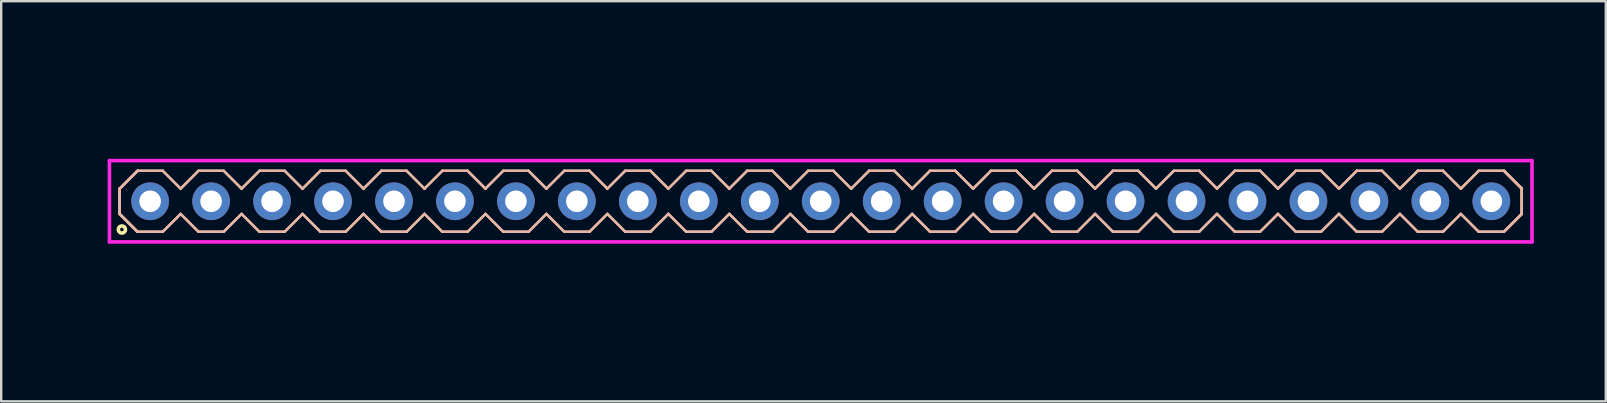
<source format=kicad_pcb>
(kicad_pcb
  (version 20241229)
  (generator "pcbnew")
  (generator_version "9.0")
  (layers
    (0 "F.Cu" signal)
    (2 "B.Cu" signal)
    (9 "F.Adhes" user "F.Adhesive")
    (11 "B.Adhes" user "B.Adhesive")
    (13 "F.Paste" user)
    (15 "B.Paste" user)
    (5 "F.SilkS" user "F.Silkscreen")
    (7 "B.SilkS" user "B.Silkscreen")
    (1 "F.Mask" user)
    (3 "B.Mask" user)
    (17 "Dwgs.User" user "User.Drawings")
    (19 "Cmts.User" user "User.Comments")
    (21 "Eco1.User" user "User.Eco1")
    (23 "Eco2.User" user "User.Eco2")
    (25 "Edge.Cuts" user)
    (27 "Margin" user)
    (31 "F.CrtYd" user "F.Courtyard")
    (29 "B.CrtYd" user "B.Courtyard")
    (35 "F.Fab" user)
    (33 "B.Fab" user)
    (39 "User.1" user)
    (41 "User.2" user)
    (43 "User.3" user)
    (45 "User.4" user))
  (footprint "HDR254P23x1"
    (layer "F.Cu")
    (at 31.145 5.336)
    (property "Reference" "HDR254P23x1" (at -30.385 0 90) (layer "User.1") (effects (font (size 1 1) (thickness 0.1))))
    (attr through_hole)
    (fp_line (start -29.21 -0.526) (end -28.466 -1.27) (stroke (width 0.1) (type solid)) (layer "F.SilkS"))
    (fp_line (start -29.21 -0.526) (end -28.466 -1.27) (stroke (width 0.1) (type solid)) (layer "F.SilkS"))
    (fp_line (start -29.21 0.526) (end -29.21 -0.526) (stroke (width 0.1) (type solid)) (layer "F.SilkS"))
    (fp_line (start -29.21 0.526) (end -29.21 -0.526) (stroke (width 0.1) (type solid)) (layer "F.SilkS"))
    (fp_line (start -28.466 -1.27) (end -27.414 -1.27) (stroke (width 0.1) (type solid)) (layer "F.SilkS"))
    (fp_line (start -28.466 1.27) (end -29.21 0.526) (stroke (width 0.1) (type solid)) (layer "F.SilkS"))
    (fp_line (start -28.466 1.27) (end -29.21 0.526) (stroke (width 0.1) (type solid)) (layer "F.SilkS"))
    (fp_line (start -27.414 -1.27) (end -26.67 -0.526) (stroke (width 0.1) (type solid)) (layer "F.SilkS"))
    (fp_line (start -27.414 1.27) (end -28.466 1.27) (stroke (width 0.1) (type solid)) (layer "F.SilkS"))
    (fp_line (start -26.67 -0.526) (end -25.926 -1.27) (stroke (width 0.1) (type solid)) (layer "F.SilkS"))
    (fp_line (start -26.67 0.526) (end -27.414 1.27) (stroke (width 0.1) (type solid)) (layer "F.SilkS"))
    (fp_line (start -25.926 -1.27) (end -24.874 -1.27) (stroke (width 0.1) (type solid)) (layer "F.SilkS"))
    (fp_line (start -25.926 1.27) (end -26.67 0.526) (stroke (width 0.1) (type solid)) (layer "F.SilkS"))
    (fp_line (start -24.874 -1.27) (end -24.13 -0.526) (stroke (width 0.1) (type solid)) (layer "F.SilkS"))
    (fp_line (start -24.874 1.27) (end -25.926 1.27) (stroke (width 0.1) (type solid)) (layer "F.SilkS"))
    (fp_line (start -24.13 -0.526) (end -23.386 -1.27) (stroke (width 0.1) (type solid)) (layer "F.SilkS"))
    (fp_line (start -24.13 0.526) (end -24.874 1.27) (stroke (width 0.1) (type solid)) (layer "F.SilkS"))
    (fp_line (start -23.386 -1.27) (end -22.334 -1.27) (stroke (width 0.1) (type solid)) (layer "F.SilkS"))
    (fp_line (start -23.386 1.27) (end -24.13 0.526) (stroke (width 0.1) (type solid)) (layer "F.SilkS"))
    (fp_line (start -22.334 -1.27) (end -21.59 -0.526) (stroke (width 0.1) (type solid)) (layer "F.SilkS"))
    (fp_line (start -22.334 1.27) (end -23.386 1.27) (stroke (width 0.1) (type solid)) (layer "F.SilkS"))
    (fp_line (start -21.59 -0.526) (end -20.846 -1.27) (stroke (width 0.1) (type solid)) (layer "F.SilkS"))
    (fp_line (start -21.59 0.526) (end -22.334 1.27) (stroke (width 0.1) (type solid)) (layer "F.SilkS"))
    (fp_line (start -20.846 -1.27) (end -19.794 -1.27) (stroke (width 0.1) (type solid)) (layer "F.SilkS"))
    (fp_line (start -20.846 1.27) (end -21.59 0.526) (stroke (width 0.1) (type solid)) (layer "F.SilkS"))
    (fp_line (start -19.794 -1.27) (end -19.05 -0.526) (stroke (width 0.1) (type solid)) (layer "F.SilkS"))
    (fp_line (start -19.794 1.27) (end -20.846 1.27) (stroke (width 0.1) (type solid)) (layer "F.SilkS"))
    (fp_line (start -19.05 -0.526) (end -18.306 -1.27) (stroke (width 0.1) (type solid)) (layer "F.SilkS"))
    (fp_line (start -19.05 0.526) (end -19.794 1.27) (stroke (width 0.1) (type solid)) (layer "F.SilkS"))
    (fp_line (start -18.306 -1.27) (end -17.254 -1.27) (stroke (width 0.1) (type solid)) (layer "F.SilkS"))
    (fp_line (start -18.306 1.27) (end -19.05 0.526) (stroke (width 0.1) (type solid)) (layer "F.SilkS"))
    (fp_line (start -17.254 -1.27) (end -16.51 -0.526) (stroke (width 0.1) (type solid)) (layer "F.SilkS"))
    (fp_line (start -17.254 1.27) (end -18.306 1.27) (stroke (width 0.1) (type solid)) (layer "F.SilkS"))
    (fp_line (start -16.51 -0.526) (end -15.766 -1.27) (stroke (width 0.1) (type solid)) (layer "F.SilkS"))
    (fp_line (start -16.51 0.526) (end -17.254 1.27) (stroke (width 0.1) (type solid)) (layer "F.SilkS"))
    (fp_line (start -15.766 -1.27) (end -14.714 -1.27) (stroke (width 0.1) (type solid)) (layer "F.SilkS"))
    (fp_line (start -15.766 1.27) (end -16.51 0.526) (stroke (width 0.1) (type solid)) (layer "F.SilkS"))
    (fp_line (start -14.714 -1.27) (end -13.97 -0.526) (stroke (width 0.1) (type solid)) (layer "F.SilkS"))
    (fp_line (start -14.714 1.27) (end -15.766 1.27) (stroke (width 0.1) (type solid)) (layer "F.SilkS"))
    (fp_line (start -13.97 -0.526) (end -13.226 -1.27) (stroke (width 0.1) (type solid)) (layer "F.SilkS"))
    (fp_line (start -13.97 0.526) (end -14.714 1.27) (stroke (width 0.1) (type solid)) (layer "F.SilkS"))
    (fp_line (start -13.226 -1.27) (end -12.174 -1.27) (stroke (width 0.1) (type solid)) (layer "F.SilkS"))
    (fp_line (start -13.226 1.27) (end -13.97 0.526) (stroke (width 0.1) (type solid)) (layer "F.SilkS"))
    (fp_line (start -12.174 -1.27) (end -11.43 -0.526) (stroke (width 0.1) (type solid)) (layer "F.SilkS"))
    (fp_line (start -12.174 1.27) (end -13.226 1.27) (stroke (width 0.1) (type solid)) (layer "F.SilkS"))
    (fp_line (start -11.43 -0.526) (end -10.686 -1.27) (stroke (width 0.1) (type solid)) (layer "F.SilkS"))
    (fp_line (start -11.43 0.526) (end -12.174 1.27) (stroke (width 0.1) (type solid)) (layer "F.SilkS"))
    (fp_line (start -10.686 -1.27) (end -9.634 -1.27) (stroke (width 0.1) (type solid)) (layer "F.SilkS"))
    (fp_line (start -10.686 1.27) (end -11.43 0.526) (stroke (width 0.1) (type solid)) (layer "F.SilkS"))
    (fp_line (start -9.634 -1.27) (end -8.89 -0.526) (stroke (width 0.1) (type solid)) (layer "F.SilkS"))
    (fp_line (start -9.634 1.27) (end -10.686 1.27) (stroke (width 0.1) (type solid)) (layer "F.SilkS"))
    (fp_line (start -8.89 -0.526) (end -8.146 -1.27) (stroke (width 0.1) (type solid)) (layer "F.SilkS"))
    (fp_line (start -8.89 0.526) (end -9.634 1.27) (stroke (width 0.1) (type solid)) (layer "F.SilkS"))
    (fp_line (start -8.146 -1.27) (end -7.094 -1.27) (stroke (width 0.1) (type solid)) (layer "F.SilkS"))
    (fp_line (start -8.146 1.27) (end -8.89 0.526) (stroke (width 0.1) (type solid)) (layer "F.SilkS"))
    (fp_line (start -7.094 -1.27) (end -6.35 -0.526) (stroke (width 0.1) (type solid)) (layer "F.SilkS"))
    (fp_line (start -7.094 1.27) (end -8.146 1.27) (stroke (width 0.1) (type solid)) (layer "F.SilkS"))
    (fp_line (start -6.35 -0.526) (end -5.606 -1.27) (stroke (width 0.1) (type solid)) (layer "F.SilkS"))
    (fp_line (start -6.35 0.526) (end -7.094 1.27) (stroke (width 0.1) (type solid)) (layer "F.SilkS"))
    (fp_line (start -5.606 -1.27) (end -4.554 -1.27) (stroke (width 0.1) (type solid)) (layer "F.SilkS"))
    (fp_line (start -5.606 1.27) (end -6.35 0.526) (stroke (width 0.1) (type solid)) (layer "F.SilkS"))
    (fp_line (start -4.554 -1.27) (end -3.81 -0.526) (stroke (width 0.1) (type solid)) (layer "F.SilkS"))
    (fp_line (start -4.554 1.27) (end -5.606 1.27) (stroke (width 0.1) (type solid)) (layer "F.SilkS"))
    (fp_line (start -3.81 -0.526) (end -3.066 -1.27) (stroke (width 0.1) (type solid)) (layer "F.SilkS"))
    (fp_line (start -3.81 0.526) (end -4.554 1.27) (stroke (width 0.1) (type solid)) (layer "F.SilkS"))
    (fp_line (start -3.066 -1.27) (end -2.014 -1.27) (stroke (width 0.1) (type solid)) (layer "F.SilkS"))
    (fp_line (start -3.066 1.27) (end -3.81 0.526) (stroke (width 0.1) (type solid)) (layer "F.SilkS"))
    (fp_line (start -2.014 -1.27) (end -1.27 -0.526) (stroke (width 0.1) (type solid)) (layer "F.SilkS"))
    (fp_line (start -2.014 1.27) (end -3.066 1.27) (stroke (width 0.1) (type solid)) (layer "F.SilkS"))
    (fp_line (start -1.27 -0.526) (end -0.526 -1.27) (stroke (width 0.1) (type solid)) (layer "F.SilkS"))
    (fp_line (start -1.27 0.526) (end -2.014 1.27) (stroke (width 0.1) (type solid)) (layer "F.SilkS"))
    (fp_line (start -0.526 -1.27) (end 0.526 -1.27) (stroke (width 0.1) (type solid)) (layer "F.SilkS"))
    (fp_line (start -0.526 1.27) (end -1.27 0.526) (stroke (width 0.1) (type solid)) (layer "F.SilkS"))
    (fp_line (start 0.526 -1.27) (end 1.27 -0.526) (stroke (width 0.1) (type solid)) (layer "F.SilkS"))
    (fp_line (start 0.526 1.27) (end -0.526 1.27) (stroke (width 0.1) (type solid)) (layer "F.SilkS"))
    (fp_line (start 1.27 -0.526) (end 2.014 -1.27) (stroke (width 0.1) (type solid)) (layer "F.SilkS"))
    (fp_line (start 1.27 0.526) (end 0.526 1.27) (stroke (width 0.1) (type solid)) (layer "F.SilkS"))
    (fp_line (start 2.014 -1.27) (end 3.066 -1.27) (stroke (width 0.1) (type solid)) (layer "F.SilkS"))
    (fp_line (start 2.014 1.27) (end 1.27 0.526) (stroke (width 0.1) (type solid)) (layer "F.SilkS"))
    (fp_line (start 3.066 -1.27) (end 3.81 -0.526) (stroke (width 0.1) (type solid)) (layer "F.SilkS"))
    (fp_line (start 3.066 1.27) (end 2.014 1.27) (stroke (width 0.1) (type solid)) (layer "F.SilkS"))
    (fp_line (start 3.81 -0.526) (end 4.554 -1.27) (stroke (width 0.1) (type solid)) (layer "F.SilkS"))
    (fp_line (start 3.81 0.526) (end 3.066 1.27) (stroke (width 0.1) (type solid)) (layer "F.SilkS"))
    (fp_line (start 4.554 -1.27) (end 5.606 -1.27) (stroke (width 0.1) (type solid)) (layer "F.SilkS"))
    (fp_line (start 4.554 1.27) (end 3.81 0.526) (stroke (width 0.1) (type solid)) (layer "F.SilkS"))
    (fp_line (start 5.606 -1.27) (end 6.35 -0.526) (stroke (width 0.1) (type solid)) (layer "F.SilkS"))
    (fp_line (start 5.606 1.27) (end 4.554 1.27) (stroke (width 0.1) (type solid)) (layer "F.SilkS"))
    (fp_line (start 6.35 -0.526) (end 7.094 -1.27) (stroke (width 0.1) (type solid)) (layer "F.SilkS"))
    (fp_line (start 6.35 0.526) (end 5.606 1.27) (stroke (width 0.1) (type solid)) (layer "F.SilkS"))
    (fp_line (start 7.094 -1.27) (end 8.146 -1.27) (stroke (width 0.1) (type solid)) (layer "F.SilkS"))
    (fp_line (start 7.094 1.27) (end 6.35 0.526) (stroke (width 0.1) (type solid)) (layer "F.SilkS"))
    (fp_line (start 8.146 -1.27) (end 8.89 -0.526) (stroke (width 0.1) (type solid)) (layer "F.SilkS"))
    (fp_line (start 8.146 1.27) (end 7.094 1.27) (stroke (width 0.1) (type solid)) (layer "F.SilkS"))
    (fp_line (start 8.89 -0.526) (end 9.634 -1.27) (stroke (width 0.1) (type solid)) (layer "F.SilkS"))
    (fp_line (start 8.89 0.526) (end 8.146 1.27) (stroke (width 0.1) (type solid)) (layer "F.SilkS"))
    (fp_line (start 9.634 -1.27) (end 10.686 -1.27) (stroke (width 0.1) (type solid)) (layer "F.SilkS"))
    (fp_line (start 9.634 1.27) (end 8.89 0.526) (stroke (width 0.1) (type solid)) (layer "F.SilkS"))
    (fp_line (start 10.686 -1.27) (end 11.43 -0.526) (stroke (width 0.1) (type solid)) (layer "F.SilkS"))
    (fp_line (start 10.686 1.27) (end 9.634 1.27) (stroke (width 0.1) (type solid)) (layer "F.SilkS"))
    (fp_line (start 11.43 -0.526) (end 12.174 -1.27) (stroke (width 0.1) (type solid)) (layer "F.SilkS"))
    (fp_line (start 11.43 0.526) (end 10.686 1.27) (stroke (width 0.1) (type solid)) (layer "F.SilkS"))
    (fp_line (start 12.174 -1.27) (end 13.226 -1.27) (stroke (width 0.1) (type solid)) (layer "F.SilkS"))
    (fp_line (start 12.174 1.27) (end 11.43 0.526) (stroke (width 0.1) (type solid)) (layer "F.SilkS"))
    (fp_line (start 13.226 -1.27) (end 13.97 -0.526) (stroke (width 0.1) (type solid)) (layer "F.SilkS"))
    (fp_line (start 13.226 1.27) (end 12.174 1.27) (stroke (width 0.1) (type solid)) (layer "F.SilkS"))
    (fp_line (start 13.97 -0.526) (end 14.714 -1.27) (stroke (width 0.1) (type solid)) (layer "F.SilkS"))
    (fp_line (start 13.97 0.526) (end 13.226 1.27) (stroke (width 0.1) (type solid)) (layer "F.SilkS"))
    (fp_line (start 14.714 -1.27) (end 15.766 -1.27) (stroke (width 0.1) (type solid)) (layer "F.SilkS"))
    (fp_line (start 14.714 1.27) (end 13.97 0.526) (stroke (width 0.1) (type solid)) (layer "F.SilkS"))
    (fp_line (start 15.766 -1.27) (end 16.51 -0.526) (stroke (width 0.1) (type solid)) (layer "F.SilkS"))
    (fp_line (start 15.766 1.27) (end 14.714 1.27) (stroke (width 0.1) (type solid)) (layer "F.SilkS"))
    (fp_line (start 16.51 -0.526) (end 17.254 -1.27) (stroke (width 0.1) (type solid)) (layer "F.SilkS"))
    (fp_line (start 16.51 0.526) (end 15.766 1.27) (stroke (width 0.1) (type solid)) (layer "F.SilkS"))
    (fp_line (start 17.254 -1.27) (end 18.306 -1.27) (stroke (width 0.1) (type solid)) (layer "F.SilkS"))
    (fp_line (start 17.254 1.27) (end 16.51 0.526) (stroke (width 0.1) (type solid)) (layer "F.SilkS"))
    (fp_line (start 18.306 -1.27) (end 19.05 -0.526) (stroke (width 0.1) (type solid)) (layer "F.SilkS"))
    (fp_line (start 18.306 1.27) (end 17.254 1.27) (stroke (width 0.1) (type solid)) (layer "F.SilkS"))
    (fp_line (start 19.05 -0.526) (end 19.794 -1.27) (stroke (width 0.1) (type solid)) (layer "F.SilkS"))
    (fp_line (start 19.05 0.526) (end 18.306 1.27) (stroke (width 0.1) (type solid)) (layer "F.SilkS"))
    (fp_line (start 19.794 -1.27) (end 20.846 -1.27) (stroke (width 0.1) (type solid)) (layer "F.SilkS"))
    (fp_line (start 19.794 1.27) (end 19.05 0.526) (stroke (width 0.1) (type solid)) (layer "F.SilkS"))
    (fp_line (start 20.846 -1.27) (end 21.59 -0.526) (stroke (width 0.1) (type solid)) (layer "F.SilkS"))
    (fp_line (start 20.846 1.27) (end 19.794 1.27) (stroke (width 0.1) (type solid)) (layer "F.SilkS"))
    (fp_line (start 21.59 -0.526) (end 22.334 -1.27) (stroke (width 0.1) (type solid)) (layer "F.SilkS"))
    (fp_line (start 21.59 0.526) (end 20.846 1.27) (stroke (width 0.1) (type solid)) (layer "F.SilkS"))
    (fp_line (start 22.334 -1.27) (end 23.386 -1.27) (stroke (width 0.1) (type solid)) (layer "F.SilkS"))
    (fp_line (start 22.334 1.27) (end 21.59 0.526) (stroke (width 0.1) (type solid)) (layer "F.SilkS"))
    (fp_line (start 23.386 -1.27) (end 24.13 -0.526) (stroke (width 0.1) (type solid)) (layer "F.SilkS"))
    (fp_line (start 23.386 1.27) (end 22.334 1.27) (stroke (width 0.1) (type solid)) (layer "F.SilkS"))
    (fp_line (start 24.13 -0.526) (end 24.874 -1.27) (stroke (width 0.1) (type solid)) (layer "F.SilkS"))
    (fp_line (start 24.13 0.526) (end 23.386 1.27) (stroke (width 0.1) (type solid)) (layer "F.SilkS"))
    (fp_line (start 24.874 -1.27) (end 25.926 -1.27) (stroke (width 0.1) (type solid)) (layer "F.SilkS"))
    (fp_line (start 24.874 1.27) (end 24.13 0.526) (stroke (width 0.1) (type solid)) (layer "F.SilkS"))
    (fp_line (start 25.926 -1.27) (end 26.67 -0.526) (stroke (width 0.1) (type solid)) (layer "F.SilkS"))
    (fp_line (start 25.926 1.27) (end 24.874 1.27) (stroke (width 0.1) (type solid)) (layer "F.SilkS"))
    (fp_line (start 26.67 -0.526) (end 27.414 -1.27) (stroke (width 0.1) (type solid)) (layer "F.SilkS"))
    (fp_line (start 26.67 0.526) (end 25.926 1.27) (stroke (width 0.1) (type solid)) (layer "F.SilkS"))
    (fp_line (start 27.414 -1.27) (end 28.466 -1.27) (stroke (width 0.1) (type solid)) (layer "F.SilkS"))
    (fp_line (start 27.414 1.27) (end 26.67 0.526) (stroke (width 0.1) (type solid)) (layer "F.SilkS"))
    (fp_line (start 28.466 -1.27) (end 29.21 -0.526) (stroke (width 0.1) (type solid)) (layer "F.SilkS"))
    (fp_line (start 28.466 -1.27) (end 29.21 -0.526) (stroke (width 0.1) (type solid)) (layer "F.SilkS"))
    (fp_line (start 28.466 1.27) (end 27.414 1.27) (stroke (width 0.1) (type solid)) (layer "F.SilkS"))
    (fp_line (start 29.21 -0.526) (end 29.21 0.526) (stroke (width 0.1) (type solid)) (layer "F.SilkS"))
    (fp_line (start 29.21 -0.526) (end 29.21 0.526) (stroke (width 0.1) (type solid)) (layer "F.SilkS"))
    (fp_line (start 29.21 0.526) (end 28.466 1.27) (stroke (width 0.1) (type solid)) (layer "F.SilkS"))
    (fp_line (start 29.21 0.526) (end 28.466 1.27) (stroke (width 0.1) (type solid)) (layer "F.SilkS"))
    (fp_circle (center -29.117 1.177) (end -28.968 1.177) (stroke (width 0.15) (type solid)) (fill no) (layer "F.SilkS"))
    (fp_line (start -29.21 -0.526) (end -28.466 -1.27) (stroke (width 0.1) (type solid)) (layer "B.SilkS"))
    (fp_line (start -29.21 -0.526) (end -28.466 -1.27) (stroke (width 0.1) (type solid)) (layer "B.SilkS"))
    (fp_line (start -29.21 0.526) (end -29.21 -0.526) (stroke (width 0.1) (type solid)) (layer "B.SilkS"))
    (fp_line (start -29.21 0.526) (end -29.21 -0.526) (stroke (width 0.1) (type solid)) (layer "B.SilkS"))
    (fp_line (start -28.466 -1.27) (end -27.414 -1.27) (stroke (width 0.1) (type solid)) (layer "B.SilkS"))
    (fp_line (start -28.466 1.27) (end -29.21 0.526) (stroke (width 0.1) (type solid)) (layer "B.SilkS"))
    (fp_line (start -28.466 1.27) (end -29.21 0.526) (stroke (width 0.1) (type solid)) (layer "B.SilkS"))
    (fp_line (start -27.414 -1.27) (end -26.67 -0.526) (stroke (width 0.1) (type solid)) (layer "B.SilkS"))
    (fp_line (start -27.414 1.27) (end -28.466 1.27) (stroke (width 0.1) (type solid)) (layer "B.SilkS"))
    (fp_line (start -26.67 -0.526) (end -25.926 -1.27) (stroke (width 0.1) (type solid)) (layer "B.SilkS"))
    (fp_line (start -26.67 0.526) (end -27.414 1.27) (stroke (width 0.1) (type solid)) (layer "B.SilkS"))
    (fp_line (start -25.926 -1.27) (end -24.874 -1.27) (stroke (width 0.1) (type solid)) (layer "B.SilkS"))
    (fp_line (start -25.926 1.27) (end -26.67 0.526) (stroke (width 0.1) (type solid)) (layer "B.SilkS"))
    (fp_line (start -24.874 -1.27) (end -24.13 -0.526) (stroke (width 0.1) (type solid)) (layer "B.SilkS"))
    (fp_line (start -24.874 1.27) (end -25.926 1.27) (stroke (width 0.1) (type solid)) (layer "B.SilkS"))
    (fp_line (start -24.13 -0.526) (end -23.386 -1.27) (stroke (width 0.1) (type solid)) (layer "B.SilkS"))
    (fp_line (start -24.13 0.526) (end -24.874 1.27) (stroke (width 0.1) (type solid)) (layer "B.SilkS"))
    (fp_line (start -23.386 -1.27) (end -22.334 -1.27) (stroke (width 0.1) (type solid)) (layer "B.SilkS"))
    (fp_line (start -23.386 1.27) (end -24.13 0.526) (stroke (width 0.1) (type solid)) (layer "B.SilkS"))
    (fp_line (start -22.334 -1.27) (end -21.59 -0.526) (stroke (width 0.1) (type solid)) (layer "B.SilkS"))
    (fp_line (start -22.334 1.27) (end -23.386 1.27) (stroke (width 0.1) (type solid)) (layer "B.SilkS"))
    (fp_line (start -21.59 -0.526) (end -20.846 -1.27) (stroke (width 0.1) (type solid)) (layer "B.SilkS"))
    (fp_line (start -21.59 0.526) (end -22.334 1.27) (stroke (width 0.1) (type solid)) (layer "B.SilkS"))
    (fp_line (start -20.846 -1.27) (end -19.794 -1.27) (stroke (width 0.1) (type solid)) (layer "B.SilkS"))
    (fp_line (start -20.846 1.27) (end -21.59 0.526) (stroke (width 0.1) (type solid)) (layer "B.SilkS"))
    (fp_line (start -19.794 -1.27) (end -19.05 -0.526) (stroke (width 0.1) (type solid)) (layer "B.SilkS"))
    (fp_line (start -19.794 1.27) (end -20.846 1.27) (stroke (width 0.1) (type solid)) (layer "B.SilkS"))
    (fp_line (start -19.05 -0.526) (end -18.306 -1.27) (stroke (width 0.1) (type solid)) (layer "B.SilkS"))
    (fp_line (start -19.05 0.526) (end -19.794 1.27) (stroke (width 0.1) (type solid)) (layer "B.SilkS"))
    (fp_line (start -18.306 -1.27) (end -17.254 -1.27) (stroke (width 0.1) (type solid)) (layer "B.SilkS"))
    (fp_line (start -18.306 1.27) (end -19.05 0.526) (stroke (width 0.1) (type solid)) (layer "B.SilkS"))
    (fp_line (start -17.254 -1.27) (end -16.51 -0.526) (stroke (width 0.1) (type solid)) (layer "B.SilkS"))
    (fp_line (start -17.254 1.27) (end -18.306 1.27) (stroke (width 0.1) (type solid)) (layer "B.SilkS"))
    (fp_line (start -16.51 -0.526) (end -15.766 -1.27) (stroke (width 0.1) (type solid)) (layer "B.SilkS"))
    (fp_line (start -16.51 0.526) (end -17.254 1.27) (stroke (width 0.1) (type solid)) (layer "B.SilkS"))
    (fp_line (start -15.766 -1.27) (end -14.714 -1.27) (stroke (width 0.1) (type solid)) (layer "B.SilkS"))
    (fp_line (start -15.766 1.27) (end -16.51 0.526) (stroke (width 0.1) (type solid)) (layer "B.SilkS"))
    (fp_line (start -14.714 -1.27) (end -13.97 -0.526) (stroke (width 0.1) (type solid)) (layer "B.SilkS"))
    (fp_line (start -14.714 1.27) (end -15.766 1.27) (stroke (width 0.1) (type solid)) (layer "B.SilkS"))
    (fp_line (start -13.97 -0.526) (end -13.226 -1.27) (stroke (width 0.1) (type solid)) (layer "B.SilkS"))
    (fp_line (start -13.97 0.526) (end -14.714 1.27) (stroke (width 0.1) (type solid)) (layer "B.SilkS"))
    (fp_line (start -13.226 -1.27) (end -12.174 -1.27) (stroke (width 0.1) (type solid)) (layer "B.SilkS"))
    (fp_line (start -13.226 1.27) (end -13.97 0.526) (stroke (width 0.1) (type solid)) (layer "B.SilkS"))
    (fp_line (start -12.174 -1.27) (end -11.43 -0.526) (stroke (width 0.1) (type solid)) (layer "B.SilkS"))
    (fp_line (start -12.174 1.27) (end -13.226 1.27) (stroke (width 0.1) (type solid)) (layer "B.SilkS"))
    (fp_line (start -11.43 -0.526) (end -10.686 -1.27) (stroke (width 0.1) (type solid)) (layer "B.SilkS"))
    (fp_line (start -11.43 0.526) (end -12.174 1.27) (stroke (width 0.1) (type solid)) (layer "B.SilkS"))
    (fp_line (start -10.686 -1.27) (end -9.634 -1.27) (stroke (width 0.1) (type solid)) (layer "B.SilkS"))
    (fp_line (start -10.686 1.27) (end -11.43 0.526) (stroke (width 0.1) (type solid)) (layer "B.SilkS"))
    (fp_line (start -9.634 -1.27) (end -8.89 -0.526) (stroke (width 0.1) (type solid)) (layer "B.SilkS"))
    (fp_line (start -9.634 1.27) (end -10.686 1.27) (stroke (width 0.1) (type solid)) (layer "B.SilkS"))
    (fp_line (start -8.89 -0.526) (end -8.146 -1.27) (stroke (width 0.1) (type solid)) (layer "B.SilkS"))
    (fp_line (start -8.89 0.526) (end -9.634 1.27) (stroke (width 0.1) (type solid)) (layer "B.SilkS"))
    (fp_line (start -8.146 -1.27) (end -7.094 -1.27) (stroke (width 0.1) (type solid)) (layer "B.SilkS"))
    (fp_line (start -8.146 1.27) (end -8.89 0.526) (stroke (width 0.1) (type solid)) (layer "B.SilkS"))
    (fp_line (start -7.094 -1.27) (end -6.35 -0.526) (stroke (width 0.1) (type solid)) (layer "B.SilkS"))
    (fp_line (start -7.094 1.27) (end -8.146 1.27) (stroke (width 0.1) (type solid)) (layer "B.SilkS"))
    (fp_line (start -6.35 -0.526) (end -5.606 -1.27) (stroke (width 0.1) (type solid)) (layer "B.SilkS"))
    (fp_line (start -6.35 0.526) (end -7.094 1.27) (stroke (width 0.1) (type solid)) (layer "B.SilkS"))
    (fp_line (start -5.606 -1.27) (end -4.554 -1.27) (stroke (width 0.1) (type solid)) (layer "B.SilkS"))
    (fp_line (start -5.606 1.27) (end -6.35 0.526) (stroke (width 0.1) (type solid)) (layer "B.SilkS"))
    (fp_line (start -4.554 -1.27) (end -3.81 -0.526) (stroke (width 0.1) (type solid)) (layer "B.SilkS"))
    (fp_line (start -4.554 1.27) (end -5.606 1.27) (stroke (width 0.1) (type solid)) (layer "B.SilkS"))
    (fp_line (start -3.81 -0.526) (end -3.066 -1.27) (stroke (width 0.1) (type solid)) (layer "B.SilkS"))
    (fp_line (start -3.81 0.526) (end -4.554 1.27) (stroke (width 0.1) (type solid)) (layer "B.SilkS"))
    (fp_line (start -3.066 -1.27) (end -2.014 -1.27) (stroke (width 0.1) (type solid)) (layer "B.SilkS"))
    (fp_line (start -3.066 1.27) (end -3.81 0.526) (stroke (width 0.1) (type solid)) (layer "B.SilkS"))
    (fp_line (start -2.014 -1.27) (end -1.27 -0.526) (stroke (width 0.1) (type solid)) (layer "B.SilkS"))
    (fp_line (start -2.014 1.27) (end -3.066 1.27) (stroke (width 0.1) (type solid)) (layer "B.SilkS"))
    (fp_line (start -1.27 -0.526) (end -0.526 -1.27) (stroke (width 0.1) (type solid)) (layer "B.SilkS"))
    (fp_line (start -1.27 0.526) (end -2.014 1.27) (stroke (width 0.1) (type solid)) (layer "B.SilkS"))
    (fp_line (start -0.526 -1.27) (end 0.526 -1.27) (stroke (width 0.1) (type solid)) (layer "B.SilkS"))
    (fp_line (start -0.526 1.27) (end -1.27 0.526) (stroke (width 0.1) (type solid)) (layer "B.SilkS"))
    (fp_line (start 0.526 -1.27) (end 1.27 -0.526) (stroke (width 0.1) (type solid)) (layer "B.SilkS"))
    (fp_line (start 0.526 1.27) (end -0.526 1.27) (stroke (width 0.1) (type solid)) (layer "B.SilkS"))
    (fp_line (start 1.27 -0.526) (end 2.014 -1.27) (stroke (width 0.1) (type solid)) (layer "B.SilkS"))
    (fp_line (start 1.27 0.526) (end 0.526 1.27) (stroke (width 0.1) (type solid)) (layer "B.SilkS"))
    (fp_line (start 2.014 -1.27) (end 3.066 -1.27) (stroke (width 0.1) (type solid)) (layer "B.SilkS"))
    (fp_line (start 2.014 1.27) (end 1.27 0.526) (stroke (width 0.1) (type solid)) (layer "B.SilkS"))
    (fp_line (start 3.066 -1.27) (end 3.81 -0.526) (stroke (width 0.1) (type solid)) (layer "B.SilkS"))
    (fp_line (start 3.066 1.27) (end 2.014 1.27) (stroke (width 0.1) (type solid)) (layer "B.SilkS"))
    (fp_line (start 3.81 -0.526) (end 4.554 -1.27) (stroke (width 0.1) (type solid)) (layer "B.SilkS"))
    (fp_line (start 3.81 0.526) (end 3.066 1.27) (stroke (width 0.1) (type solid)) (layer "B.SilkS"))
    (fp_line (start 4.554 -1.27) (end 5.606 -1.27) (stroke (width 0.1) (type solid)) (layer "B.SilkS"))
    (fp_line (start 4.554 1.27) (end 3.81 0.526) (stroke (width 0.1) (type solid)) (layer "B.SilkS"))
    (fp_line (start 5.606 -1.27) (end 6.35 -0.526) (stroke (width 0.1) (type solid)) (layer "B.SilkS"))
    (fp_line (start 5.606 1.27) (end 4.554 1.27) (stroke (width 0.1) (type solid)) (layer "B.SilkS"))
    (fp_line (start 6.35 -0.526) (end 7.094 -1.27) (stroke (width 0.1) (type solid)) (layer "B.SilkS"))
    (fp_line (start 6.35 0.526) (end 5.606 1.27) (stroke (width 0.1) (type solid)) (layer "B.SilkS"))
    (fp_line (start 7.094 -1.27) (end 8.146 -1.27) (stroke (width 0.1) (type solid)) (layer "B.SilkS"))
    (fp_line (start 7.094 1.27) (end 6.35 0.526) (stroke (width 0.1) (type solid)) (layer "B.SilkS"))
    (fp_line (start 8.146 -1.27) (end 8.89 -0.526) (stroke (width 0.1) (type solid)) (layer "B.SilkS"))
    (fp_line (start 8.146 1.27) (end 7.094 1.27) (stroke (width 0.1) (type solid)) (layer "B.SilkS"))
    (fp_line (start 8.89 -0.526) (end 9.634 -1.27) (stroke (width 0.1) (type solid)) (layer "B.SilkS"))
    (fp_line (start 8.89 0.526) (end 8.146 1.27) (stroke (width 0.1) (type solid)) (layer "B.SilkS"))
    (fp_line (start 9.634 -1.27) (end 10.686 -1.27) (stroke (width 0.1) (type solid)) (layer "B.SilkS"))
    (fp_line (start 9.634 1.27) (end 8.89 0.526) (stroke (width 0.1) (type solid)) (layer "B.SilkS"))
    (fp_line (start 10.686 -1.27) (end 11.43 -0.526) (stroke (width 0.1) (type solid)) (layer "B.SilkS"))
    (fp_line (start 10.686 1.27) (end 9.634 1.27) (stroke (width 0.1) (type solid)) (layer "B.SilkS"))
    (fp_line (start 11.43 -0.526) (end 12.174 -1.27) (stroke (width 0.1) (type solid)) (layer "B.SilkS"))
    (fp_line (start 11.43 0.526) (end 10.686 1.27) (stroke (width 0.1) (type solid)) (layer "B.SilkS"))
    (fp_line (start 12.174 -1.27) (end 13.226 -1.27) (stroke (width 0.1) (type solid)) (layer "B.SilkS"))
    (fp_line (start 12.174 1.27) (end 11.43 0.526) (stroke (width 0.1) (type solid)) (layer "B.SilkS"))
    (fp_line (start 13.226 -1.27) (end 13.97 -0.526) (stroke (width 0.1) (type solid)) (layer "B.SilkS"))
    (fp_line (start 13.226 1.27) (end 12.174 1.27) (stroke (width 0.1) (type solid)) (layer "B.SilkS"))
    (fp_line (start 13.97 -0.526) (end 14.714 -1.27) (stroke (width 0.1) (type solid)) (layer "B.SilkS"))
    (fp_line (start 13.97 0.526) (end 13.226 1.27) (stroke (width 0.1) (type solid)) (layer "B.SilkS"))
    (fp_line (start 14.714 -1.27) (end 15.766 -1.27) (stroke (width 0.1) (type solid)) (layer "B.SilkS"))
    (fp_line (start 14.714 1.27) (end 13.97 0.526) (stroke (width 0.1) (type solid)) (layer "B.SilkS"))
    (fp_line (start 15.766 -1.27) (end 16.51 -0.526) (stroke (width 0.1) (type solid)) (layer "B.SilkS"))
    (fp_line (start 15.766 1.27) (end 14.714 1.27) (stroke (width 0.1) (type solid)) (layer "B.SilkS"))
    (fp_line (start 16.51 -0.526) (end 17.254 -1.27) (stroke (width 0.1) (type solid)) (layer "B.SilkS"))
    (fp_line (start 16.51 0.526) (end 15.766 1.27) (stroke (width 0.1) (type solid)) (layer "B.SilkS"))
    (fp_line (start 17.254 -1.27) (end 18.306 -1.27) (stroke (width 0.1) (type solid)) (layer "B.SilkS"))
    (fp_line (start 17.254 1.27) (end 16.51 0.526) (stroke (width 0.1) (type solid)) (layer "B.SilkS"))
    (fp_line (start 18.306 -1.27) (end 19.05 -0.526) (stroke (width 0.1) (type solid)) (layer "B.SilkS"))
    (fp_line (start 18.306 1.27) (end 17.254 1.27) (stroke (width 0.1) (type solid)) (layer "B.SilkS"))
    (fp_line (start 19.05 -0.526) (end 19.794 -1.27) (stroke (width 0.1) (type solid)) (layer "B.SilkS"))
    (fp_line (start 19.05 0.526) (end 18.306 1.27) (stroke (width 0.1) (type solid)) (layer "B.SilkS"))
    (fp_line (start 19.794 -1.27) (end 20.846 -1.27) (stroke (width 0.1) (type solid)) (layer "B.SilkS"))
    (fp_line (start 19.794 1.27) (end 19.05 0.526) (stroke (width 0.1) (type solid)) (layer "B.SilkS"))
    (fp_line (start 20.846 -1.27) (end 21.59 -0.526) (stroke (width 0.1) (type solid)) (layer "B.SilkS"))
    (fp_line (start 20.846 1.27) (end 19.794 1.27) (stroke (width 0.1) (type solid)) (layer "B.SilkS"))
    (fp_line (start 21.59 -0.526) (end 22.334 -1.27) (stroke (width 0.1) (type solid)) (layer "B.SilkS"))
    (fp_line (start 21.59 0.526) (end 20.846 1.27) (stroke (width 0.1) (type solid)) (layer "B.SilkS"))
    (fp_line (start 22.334 -1.27) (end 23.386 -1.27) (stroke (width 0.1) (type solid)) (layer "B.SilkS"))
    (fp_line (start 22.334 1.27) (end 21.59 0.526) (stroke (width 0.1) (type solid)) (layer "B.SilkS"))
    (fp_line (start 23.386 -1.27) (end 24.13 -0.526) (stroke (width 0.1) (type solid)) (layer "B.SilkS"))
    (fp_line (start 23.386 1.27) (end 22.334 1.27) (stroke (width 0.1) (type solid)) (layer "B.SilkS"))
    (fp_line (start 24.13 -0.526) (end 24.874 -1.27) (stroke (width 0.1) (type solid)) (layer "B.SilkS"))
    (fp_line (start 24.13 0.526) (end 23.386 1.27) (stroke (width 0.1) (type solid)) (layer "B.SilkS"))
    (fp_line (start 24.874 -1.27) (end 25.926 -1.27) (stroke (width 0.1) (type solid)) (layer "B.SilkS"))
    (fp_line (start 24.874 1.27) (end 24.13 0.526) (stroke (width 0.1) (type solid)) (layer "B.SilkS"))
    (fp_line (start 25.926 -1.27) (end 26.67 -0.526) (stroke (width 0.1) (type solid)) (layer "B.SilkS"))
    (fp_line (start 25.926 1.27) (end 24.874 1.27) (stroke (width 0.1) (type solid)) (layer "B.SilkS"))
    (fp_line (start 26.67 -0.526) (end 27.414 -1.27) (stroke (width 0.1) (type solid)) (layer "B.SilkS"))
    (fp_line (start 26.67 0.526) (end 25.926 1.27) (stroke (width 0.1) (type solid)) (layer "B.SilkS"))
    (fp_line (start 27.414 -1.27) (end 28.466 -1.27) (stroke (width 0.1) (type solid)) (layer "B.SilkS"))
    (fp_line (start 27.414 1.27) (end 26.67 0.526) (stroke (width 0.1) (type solid)) (layer "B.SilkS"))
    (fp_line (start 28.466 -1.27) (end 29.21 -0.526) (stroke (width 0.1) (type solid)) (layer "B.SilkS"))
    (fp_line (start 28.466 -1.27) (end 29.21 -0.526) (stroke (width 0.1) (type solid)) (layer "B.SilkS"))
    (fp_line (start 28.466 1.27) (end 27.414 1.27) (stroke (width 0.1) (type solid)) (layer "B.SilkS"))
    (fp_line (start 29.21 -0.526) (end 29.21 0.526) (stroke (width 0.1) (type solid)) (layer "B.SilkS"))
    (fp_line (start 29.21 -0.526) (end 29.21 0.526) (stroke (width 0.1) (type solid)) (layer "B.SilkS"))
    (fp_line (start 29.21 0.526) (end 28.466 1.27) (stroke (width 0.1) (type solid)) (layer "B.SilkS"))
    (fp_line (start 29.21 0.526) (end 28.466 1.27) (stroke (width 0.1) (type solid)) (layer "B.SilkS"))
    (fp_line (start -29.635 -1.695) (end -29.635 1.695) (stroke (width 0.15) (type solid)) (layer "F.CrtYd"))
    (fp_line (start -29.635 1.695) (end 29.635 1.695) (stroke (width 0.15) (type solid)) (layer "F.CrtYd"))
    (fp_line (start 29.635 -1.695) (end -29.635 -1.695) (stroke (width 0.15) (type solid)) (layer "F.CrtYd"))
    (fp_line (start 29.635 1.695) (end 29.635 -1.695) (stroke (width 0.15) (type solid)) (layer "F.CrtYd"))
    (pad "1" thru_hole oval (at -27.94 0) (size 1.57 1.57) (drill 0.9) (layers "*.Cu" "*.Mask"))
    (pad "2" thru_hole oval (at -25.4 0) (size 1.57 1.57) (drill 0.9) (layers "*.Cu" "*.Mask"))
    (pad "3" thru_hole oval (at -22.86 0) (size 1.57 1.57) (drill 0.9) (layers "*.Cu" "*.Mask"))
    (pad "4" thru_hole oval (at -20.32 0) (size 1.57 1.57) (drill 0.9) (layers "*.Cu" "*.Mask"))
    (pad "5" thru_hole oval (at -17.78 0) (size 1.57 1.57) (drill 0.9) (layers "*.Cu" "*.Mask"))
    (pad "6" thru_hole oval (at -15.24 0) (size 1.57 1.57) (drill 0.9) (layers "*.Cu" "*.Mask"))
    (pad "7" thru_hole oval (at -12.7 0) (size 1.57 1.57) (drill 0.9) (layers "*.Cu" "*.Mask"))
    (pad "8" thru_hole oval (at -10.16 0) (size 1.57 1.57) (drill 0.9) (layers "*.Cu" "*.Mask"))
    (pad "9" thru_hole oval (at -7.62 0) (size 1.57 1.57) (drill 0.9) (layers "*.Cu" "*.Mask"))
    (pad "10" thru_hole oval (at -5.08 0) (size 1.57 1.57) (drill 0.9) (layers "*.Cu" "*.Mask"))
    (pad "11" thru_hole oval (at -2.54 0) (size 1.57 1.57) (drill 0.9) (layers "*.Cu" "*.Mask"))
    (pad "12" thru_hole oval (at 0 0) (size 1.57 1.57) (drill 0.9) (layers "*.Cu" "*.Mask"))
    (pad "13" thru_hole oval (at 2.54 0) (size 1.57 1.57) (drill 0.9) (layers "*.Cu" "*.Mask"))
    (pad "14" thru_hole oval (at 5.08 0) (size 1.57 1.57) (drill 0.9) (layers "*.Cu" "*.Mask"))
    (pad "15" thru_hole oval (at 7.62 0) (size 1.57 1.57) (drill 0.9) (layers "*.Cu" "*.Mask"))
    (pad "16" thru_hole oval (at 10.16 0) (size 1.57 1.57) (drill 0.9) (layers "*.Cu" "*.Mask"))
    (pad "17" thru_hole oval (at 12.7 0) (size 1.57 1.57) (drill 0.9) (layers "*.Cu" "*.Mask"))
    (pad "18" thru_hole oval (at 15.24 0) (size 1.57 1.57) (drill 0.9) (layers "*.Cu" "*.Mask"))
    (pad "19" thru_hole oval (at 17.78 0) (size 1.57 1.57) (drill 0.9) (layers "*.Cu" "*.Mask"))
    (pad "20" thru_hole oval (at 20.32 0) (size 1.57 1.57) (drill 0.9) (layers "*.Cu" "*.Mask"))
    (pad "21" thru_hole oval (at 22.86 0) (size 1.57 1.57) (drill 0.9) (layers "*.Cu" "*.Mask"))
    (pad "22" thru_hole oval (at 25.4 0) (size 1.57 1.57) (drill 0.9) (layers "*.Cu" "*.Mask"))
    (pad "23" thru_hole oval (at 27.94 0) (size 1.57 1.57) (drill 0.9) (layers "*.Cu" "*.Mask")))
  (gr_rect
    (start -3 -3)
    (end 63.855 13.671)
    (stroke (width 0.1) (type default))
    (fill no)
    (layer "Edge.Cuts")))
</source>
